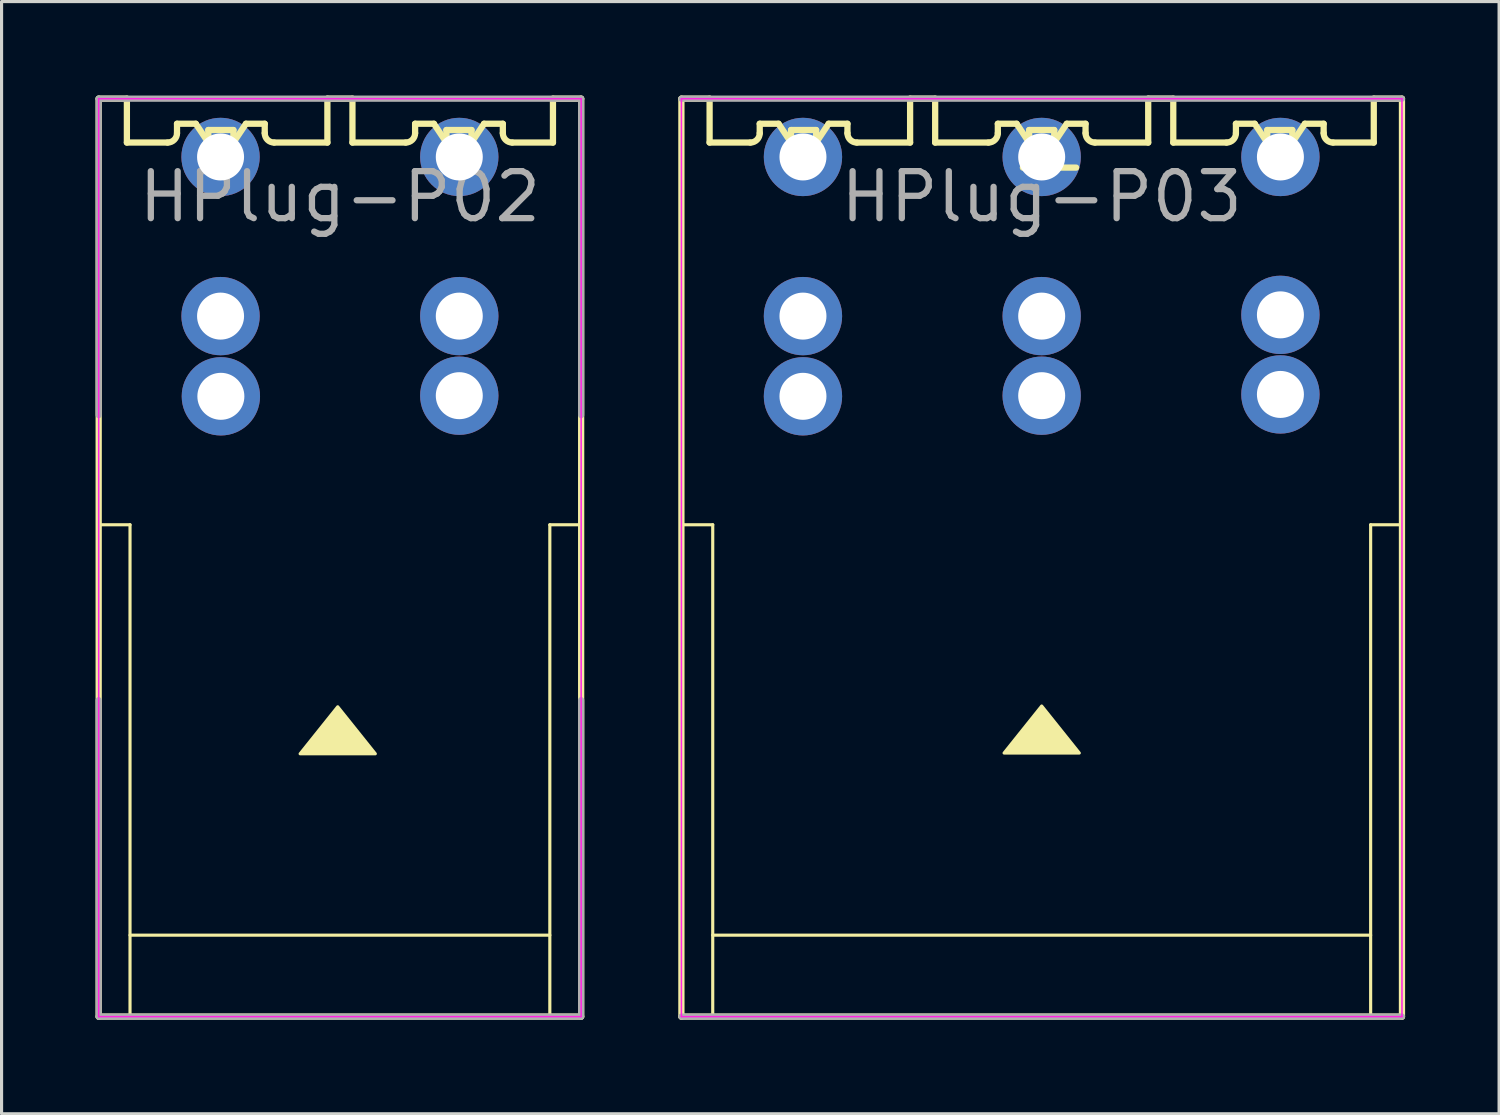
<source format=kicad_pcb>
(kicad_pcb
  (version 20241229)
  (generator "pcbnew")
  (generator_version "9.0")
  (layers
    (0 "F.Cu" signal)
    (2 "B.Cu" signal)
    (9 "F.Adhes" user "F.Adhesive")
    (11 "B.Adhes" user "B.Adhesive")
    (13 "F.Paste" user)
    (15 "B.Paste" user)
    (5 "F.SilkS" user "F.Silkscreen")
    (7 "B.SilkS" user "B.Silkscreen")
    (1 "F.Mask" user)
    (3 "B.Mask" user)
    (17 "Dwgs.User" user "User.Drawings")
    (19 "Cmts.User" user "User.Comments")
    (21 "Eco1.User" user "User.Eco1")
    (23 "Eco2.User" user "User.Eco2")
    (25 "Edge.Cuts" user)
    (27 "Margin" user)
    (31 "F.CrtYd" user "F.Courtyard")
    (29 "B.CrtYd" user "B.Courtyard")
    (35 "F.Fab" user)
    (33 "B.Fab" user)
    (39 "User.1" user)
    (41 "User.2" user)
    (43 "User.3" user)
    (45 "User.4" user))
  (footprint "HPlug-P02"
    (layer "F.Cu")
    (at 7.8 4.5)
    (property "Reference" "HPlug-P02" (at 0 -1.27 180) (layer "F.Fab") (effects (font (size 1.5 1.5) (thickness 0.2))))
    (attr through_hole)
    (fp_line (start -7.7 -4.4) (end -7.7 24.9) (stroke (width 0.2) (type solid)) (layer "F.SilkS"))
    (fp_line (start -7.7 -4.4) (end -6.8 -4.4) (stroke (width 0.2) (type solid)) (layer "F.SilkS"))
    (fp_line (start -7.7 9.2) (end -6.7 9.2) (stroke (width 0.1) (type solid)) (layer "F.SilkS"))
    (fp_line (start -7.7 24.9) (end 7.7 24.9) (stroke (width 0.2) (type solid)) (layer "F.SilkS"))
    (fp_line (start -6.8 -3) (end -6.8 -4.4) (stroke (width 0.2) (type solid)) (layer "F.SilkS"))
    (fp_line (start -6.7 9.2) (end -6.7 24.9) (stroke (width 0.1) (type solid)) (layer "F.SilkS"))
    (fp_line (start -6.7 22.3) (end 6.7 22.3) (stroke (width 0.1) (type solid)) (layer "F.SilkS"))
    (fp_line (start -5.5 -3) (end -6.8 -3) (stroke (width 0.2) (type solid)) (layer "F.SilkS"))
    (fp_line (start -5.2 -3.6) (end -5.2 -3.3) (stroke (width 0.2) (type solid)) (layer "F.SilkS"))
    (fp_line (start -5.2 -3.6) (end -4.6 -3.6) (stroke (width 0.2) (type solid)) (layer "F.SilkS"))
    (fp_line (start -4.2 -3.4) (end -4.2 -3) (stroke (width 0.2) (type solid)) (layer "F.SilkS"))
    (fp_line (start -4.2 -3.4) (end -3.4 -3.4) (stroke (width 0.2) (type solid)) (layer "F.SilkS"))
    (fp_line (start -4.2 -3) (end -4.6 -3.6) (stroke (width 0.2) (type solid)) (layer "F.SilkS"))
    (fp_line (start -3.4 -3.4) (end -3.4 -3) (stroke (width 0.2) (type solid)) (layer "F.SilkS"))
    (fp_line (start -3.4 -3) (end -3 -3.6) (stroke (width 0.2) (type solid)) (layer "F.SilkS"))
    (fp_line (start -3 -3.6) (end -2.4 -3.6) (stroke (width 0.2) (type solid)) (layer "F.SilkS"))
    (fp_line (start -2.4 -3.6) (end -2.4 -3.3) (stroke (width 0.2) (type solid)) (layer "F.SilkS"))
    (fp_line (start -0.4 -4.4) (end 0.4 -4.4) (stroke (width 0.2) (type solid)) (layer "F.SilkS"))
    (fp_line (start -0.4 -3) (end -2.1 -3) (stroke (width 0.2) (type solid)) (layer "F.SilkS"))
    (fp_line (start -0.4 -3) (end -0.4 -4.4) (stroke (width 0.2) (type solid)) (layer "F.SilkS"))
    (fp_line (start 0.4 -3) (end 0.4 -4.4) (stroke (width 0.2) (type solid)) (layer "F.SilkS"))
    (fp_line (start 2.1 -3) (end 0.4 -3) (stroke (width 0.2) (type solid)) (layer "F.SilkS"))
    (fp_line (start 2.4 -3.6) (end 3 -3.6) (stroke (width 0.2) (type solid)) (layer "F.SilkS"))
    (fp_line (start 2.4 -3.3) (end 2.4 -3.6) (stroke (width 0.2) (type solid)) (layer "F.SilkS"))
    (fp_line (start 3 -3.6) (end 3.4 -3) (stroke (width 0.2) (type solid)) (layer "F.SilkS"))
    (fp_line (start 3.4 -3.4) (end 4.2 -3.4) (stroke (width 0.2) (type solid)) (layer "F.SilkS"))
    (fp_line (start 3.4 -3) (end 3.4 -3.4) (stroke (width 0.2) (type solid)) (layer "F.SilkS"))
    (fp_line (start 4.2 -3) (end 4.2 -3.4) (stroke (width 0.2) (type solid)) (layer "F.SilkS"))
    (fp_line (start 4.6 -3.6) (end 4.2 -3) (stroke (width 0.2) (type solid)) (layer "F.SilkS"))
    (fp_line (start 4.6 -3.6) (end 5.2 -3.6) (stroke (width 0.2) (type solid)) (layer "F.SilkS"))
    (fp_line (start 5.2 -3.3) (end 5.2 -3.6) (stroke (width 0.2) (type solid)) (layer "F.SilkS"))
    (fp_line (start 6.7 9.2) (end 6.7 24.9) (stroke (width 0.1) (type solid)) (layer "F.SilkS"))
    (fp_line (start 6.7 9.2) (end 7.7 9.2) (stroke (width 0.1) (type solid)) (layer "F.SilkS"))
    (fp_line (start 6.8 -4.4) (end 6.8 -3) (stroke (width 0.2) (type solid)) (layer "F.SilkS"))
    (fp_line (start 6.8 -4.4) (end 7.7 -4.4) (stroke (width 0.2) (type solid)) (layer "F.SilkS"))
    (fp_line (start 6.8 -3) (end 5.5 -3) (stroke (width 0.2) (type solid)) (layer "F.SilkS"))
    (fp_line (start 7.7 -4.4) (end 7.7 24.9) (stroke (width 0.2) (type solid)) (layer "F.SilkS"))
    (fp_arc (start -5.2 -3.3) (mid -5.287868 -3.087868) (end -5.5 -3) (stroke (width 0.2) (type default)) (layer "F.SilkS"))
    (fp_arc (start -2.1 -3) (mid -2.312132 -3.087868) (end -2.4 -3.3) (stroke (width 0.2) (type default)) (layer "F.SilkS"))
    (fp_arc (start 2.4 -3.3) (mid 2.312132 -3.087868) (end 2.1 -3) (stroke (width 0.2) (type default)) (layer "F.SilkS"))
    (fp_arc (start 5.5 -3) (mid 5.287868 -3.087868) (end 5.2 -3.3) (stroke (width 0.2) (type default)) (layer "F.SilkS"))
    (fp_poly (pts (xy 1.13 16.51) (xy -1.27 16.51) (xy -0.07 15.01)) (stroke (width 0.1) (type solid)) (fill yes) (layer "F.SilkS"))
    (fp_line (start -7.7 -4.4) (end -7.7 24.9) (stroke (width 0.05) (type solid)) (layer "F.CrtYd"))
    (fp_line (start 7.7 -4.4) (end -7.7 -4.4) (stroke (width 0.05) (type solid)) (layer "F.CrtYd"))
    (fp_line (start 7.7 -4.4) (end 7.7 24.9) (stroke (width 0.05) (type solid)) (layer "F.CrtYd"))
    (fp_line (start 7.7 24.9) (end -7.7 24.9) (stroke (width 0.05) (type solid)) (layer "F.CrtYd"))
    (fp_line (start -7.7 5.7) (end -7.7 -4.4) (stroke (width 0.2) (type solid)) (layer "F.Fab"))
    (fp_line (start -7.7 24.9) (end -7.7 14.8) (stroke (width 0.2) (type solid)) (layer "F.Fab"))
    (fp_line (start 7.7 -4.4) (end -7.7 -4.4) (stroke (width 0.2) (type solid)) (layer "F.Fab"))
    (fp_line (start 7.7 5.7) (end 7.7 -4.4) (stroke (width 0.2) (type solid)) (layer "F.Fab"))
    (fp_line (start 7.7 14.8) (end 7.7 24.9) (stroke (width 0.2) (type solid)) (layer "F.Fab"))
    (fp_line (start 7.7 24.9) (end -7.7 24.9) (stroke (width 0.2) (type solid)) (layer "F.Fab"))
    (pad "1" thru_hole circle (at -3.81 -2.54) (size 2.5 2.5) (drill 1.5) (layers "*.Cu" "*.Mask"))
    (pad "1" thru_hole circle (at -3.81 2.54) (size 2.5 2.5) (drill 1.5) (layers "*.Cu" "*.Mask"))
    (pad "1" thru_hole circle (at -3.8 5.1) (size 2.5 2.5) (drill 1.5) (layers "*.Cu" "*.Mask"))
    (pad "2" thru_hole circle (at 3.81 -2.54) (size 2.5 2.5) (drill 1.5) (layers "*.Cu" "*.Mask"))
    (pad "2" thru_hole circle (at 3.81 2.54) (size 2.5 2.5) (drill 1.5) (layers "*.Cu" "*.Mask"))
    (pad "2" thru_hole circle (at 3.81 5.08) (size 2.5 2.5) (drill 1.5) (layers "*.Cu" "*.Mask")))
  (footprint "HPlug-P03"
    (layer "F.Cu")
    (at 30.2 4.5)
    (property "Reference" "HPlug-P03" (at 0 -1.27 180) (layer "F.Fab") (effects (font (size 1.5 1.5) (thickness 0.2))))
    (attr through_hole)
    (fp_line (start -11.5 -4.4) (end -11.5 24.9) (stroke (width 0.2) (type solid)) (layer "F.SilkS"))
    (fp_line (start -11.5 -4.4) (end -10.6 -4.4) (stroke (width 0.2) (type solid)) (layer "F.SilkS"))
    (fp_line (start -11.5 9.2) (end -10.5 9.2) (stroke (width 0.1) (type solid)) (layer "F.SilkS"))
    (fp_line (start -11.5 24.9) (end 11.5 24.9) (stroke (width 0.2) (type solid)) (layer "F.SilkS"))
    (fp_line (start -10.6 -3) (end -10.6 -4.4) (stroke (width 0.2) (type solid)) (layer "F.SilkS"))
    (fp_line (start -10.5 9.2) (end -10.5 24.9) (stroke (width 0.1) (type solid)) (layer "F.SilkS"))
    (fp_line (start -10.5 22.3) (end 10.5 22.3) (stroke (width 0.1) (type solid)) (layer "F.SilkS"))
    (fp_line (start -9.3 -3) (end -10.6 -3) (stroke (width 0.2) (type solid)) (layer "F.SilkS"))
    (fp_line (start -9 -3.6) (end -9 -3.3) (stroke (width 0.2) (type solid)) (layer "F.SilkS"))
    (fp_line (start -9 -3.6) (end -8.4 -3.6) (stroke (width 0.2) (type solid)) (layer "F.SilkS"))
    (fp_line (start -8 -3.4) (end -8 -3) (stroke (width 0.2) (type solid)) (layer "F.SilkS"))
    (fp_line (start -8 -3.4) (end -7.2 -3.4) (stroke (width 0.2) (type solid)) (layer "F.SilkS"))
    (fp_line (start -8 -3) (end -8.4 -3.6) (stroke (width 0.2) (type solid)) (layer "F.SilkS"))
    (fp_line (start -7.2 -3.4) (end -7.2 -3) (stroke (width 0.2) (type solid)) (layer "F.SilkS"))
    (fp_line (start -7.2 -3) (end -6.8 -3.6) (stroke (width 0.2) (type solid)) (layer "F.SilkS"))
    (fp_line (start -6.8 -3.6) (end -6.2 -3.6) (stroke (width 0.2) (type solid)) (layer "F.SilkS"))
    (fp_line (start -6.2 -3.6) (end -6.2 -3.3) (stroke (width 0.2) (type solid)) (layer "F.SilkS"))
    (fp_line (start -4.2 -4.4) (end -3.4 -4.4) (stroke (width 0.2) (type solid)) (layer "F.SilkS"))
    (fp_line (start -4.2 -3) (end -5.9 -3) (stroke (width 0.2) (type solid)) (layer "F.SilkS"))
    (fp_line (start -4.2 -3) (end -4.2 -4.4) (stroke (width 0.2) (type solid)) (layer "F.SilkS"))
    (fp_line (start -3.4 -3) (end -3.4 -4.4) (stroke (width 0.2) (type solid)) (layer "F.SilkS"))
    (fp_line (start -1.7 -3) (end -3.4 -3) (stroke (width 0.2) (type solid)) (layer "F.SilkS"))
    (fp_line (start -1.4 -3.6) (end -0.8 -3.6) (stroke (width 0.2) (type solid)) (layer "F.SilkS"))
    (fp_line (start -1.4 -3.3) (end -1.4 -3.6) (stroke (width 0.2) (type solid)) (layer "F.SilkS"))
    (fp_line (start -0.8 -3.6) (end -0.4 -3) (stroke (width 0.2) (type solid)) (layer "F.SilkS"))
    (fp_line (start -0.4 -3.4) (end 0.4 -3.4) (stroke (width 0.2) (type solid)) (layer "F.SilkS"))
    (fp_line (start -0.4 -3) (end -0.4 -3.4) (stroke (width 0.2) (type solid)) (layer "F.SilkS"))
    (fp_line (start 0.4 -3) (end 0.4 -3.4) (stroke (width 0.2) (type solid)) (layer "F.SilkS"))
    (fp_line (start 0.8 -3.6) (end 0.4 -3) (stroke (width 0.2) (type solid)) (layer "F.SilkS"))
    (fp_line (start 0.8 -3.6) (end 1.4 -3.6) (stroke (width 0.2) (type solid)) (layer "F.SilkS"))
    (fp_line (start 1.1 -2.2) (end -0.6 -2.2) (stroke (width 0.2) (type solid)) (layer "F.SilkS"))
    (fp_line (start 1.4 -3.3) (end 1.4 -3.6) (stroke (width 0.2) (type solid)) (layer "F.SilkS"))
    (fp_line (start 3.4 -3) (end 1.7 -3) (stroke (width 0.2) (type solid)) (layer "F.SilkS"))
    (fp_line (start 3.4 -3) (end 3.4 -4.4) (stroke (width 0.2) (type solid)) (layer "F.SilkS"))
    (fp_line (start 4.2 -4.4) (end 3.4 -4.4) (stroke (width 0.2) (type solid)) (layer "F.SilkS"))
    (fp_line (start 4.2 -3) (end 4.2 -4.4) (stroke (width 0.2) (type solid)) (layer "F.SilkS"))
    (fp_line (start 5.9 -3) (end 4.2 -3) (stroke (width 0.2) (type solid)) (layer "F.SilkS"))
    (fp_line (start 6.2 -3.6) (end 6.8 -3.6) (stroke (width 0.2) (type solid)) (layer "F.SilkS"))
    (fp_line (start 6.2 -3.3) (end 6.2 -3.6) (stroke (width 0.2) (type solid)) (layer "F.SilkS"))
    (fp_line (start 6.8 -3.6) (end 7.2 -3) (stroke (width 0.2) (type solid)) (layer "F.SilkS"))
    (fp_line (start 7.2 -3.4) (end 8 -3.4) (stroke (width 0.2) (type solid)) (layer "F.SilkS"))
    (fp_line (start 7.2 -3) (end 7.2 -3.4) (stroke (width 0.2) (type solid)) (layer "F.SilkS"))
    (fp_line (start 8 -3) (end 8 -3.4) (stroke (width 0.2) (type solid)) (layer "F.SilkS"))
    (fp_line (start 8.4 -3.6) (end 8 -3) (stroke (width 0.2) (type solid)) (layer "F.SilkS"))
    (fp_line (start 8.4 -3.6) (end 9 -3.6) (stroke (width 0.2) (type solid)) (layer "F.SilkS"))
    (fp_line (start 9 -3.3) (end 9 -3.6) (stroke (width 0.2) (type solid)) (layer "F.SilkS"))
    (fp_line (start 10.5 9.2) (end 10.5 24.9) (stroke (width 0.1) (type solid)) (layer "F.SilkS"))
    (fp_line (start 10.5 9.2) (end 11.5 9.2) (stroke (width 0.1) (type solid)) (layer "F.SilkS"))
    (fp_line (start 10.6 -4.4) (end 10.6 -3) (stroke (width 0.2) (type solid)) (layer "F.SilkS"))
    (fp_line (start 10.6 -4.4) (end 11.5 -4.4) (stroke (width 0.2) (type solid)) (layer "F.SilkS"))
    (fp_line (start 10.6 -3) (end 9.3 -3) (stroke (width 0.2) (type solid)) (layer "F.SilkS"))
    (fp_line (start 11.5 -4.4) (end 11.5 24.9) (stroke (width 0.2) (type solid)) (layer "F.SilkS"))
    (fp_arc (start -9 -3.3) (mid -9.087868 -3.087868) (end -9.3 -3) (stroke (width 0.2) (type default)) (layer "F.SilkS"))
    (fp_arc (start -5.9 -3) (mid -6.112132 -3.087868) (end -6.2 -3.3) (stroke (width 0.2) (type default)) (layer "F.SilkS"))
    (fp_arc (start -1.4 -3.3) (mid -1.487868 -3.087868) (end -1.7 -3) (stroke (width 0.2) (type default)) (layer "F.SilkS"))
    (fp_arc (start 1.7 -3) (mid 1.487868 -3.087868) (end 1.4 -3.3) (stroke (width 0.2) (type default)) (layer "F.SilkS"))
    (fp_arc (start 6.2 -3.3) (mid 6.112132 -3.087868) (end 5.9 -3) (stroke (width 0.2) (type default)) (layer "F.SilkS"))
    (fp_arc (start 9.3 -3) (mid 9.087868 -3.087868) (end 9 -3.3) (stroke (width 0.2) (type default)) (layer "F.SilkS"))
    (fp_poly (pts (xy 1.2 16.486) (xy -1.2 16.486) (xy 0 14.986)) (stroke (width 0.1) (type solid)) (fill yes) (layer "F.SilkS"))
    (fp_line (start -11.5 -4.4) (end -11.5 24.9) (stroke (width 0.05) (type solid)) (layer "F.CrtYd"))
    (fp_line (start 11.5 -4.4) (end -11.5 -4.4) (stroke (width 0.05) (type solid)) (layer "F.CrtYd"))
    (fp_line (start 11.5 -4.4) (end 11.5 24.9) (stroke (width 0.05) (type solid)) (layer "F.CrtYd"))
    (fp_line (start 11.5 24.9) (end -11.5 24.9) (stroke (width 0.05) (type solid)) (layer "F.CrtYd"))
    (fp_line (start 11.5 -4.4) (end -11.5 -4.4) (stroke (width 0.2) (type solid)) (layer "F.Fab"))
    (fp_line (start 11.5 24.9) (end -11.5 24.9) (stroke (width 0.2) (type solid)) (layer "F.Fab"))
    (pad "1" thru_hole circle (at -7.62 -2.54) (size 2.5 2.5) (drill 1.5) (layers "*.Cu" "*.Mask"))
    (pad "1" thru_hole circle (at -7.62 2.54) (size 2.5 2.5) (drill 1.5) (layers "*.Cu" "*.Mask"))
    (pad "1" thru_hole circle (at -7.62 5.1) (size 2.5 2.5) (drill 1.5) (layers "*.Cu" "*.Mask"))
    (pad "2" thru_hole circle (at 0 -2.54) (size 2.5 2.5) (drill 1.5) (layers "*.Cu" "*.Mask"))
    (pad "2" thru_hole circle (at 0 2.54) (size 2.5 2.5) (drill 1.5) (layers "*.Cu" "*.Mask"))
    (pad "2" thru_hole circle (at 0 5.08) (size 2.5 2.5) (drill 1.5) (layers "*.Cu" "*.Mask"))
    (pad "3" thru_hole circle (at 7.62 -2.54) (size 2.5 2.5) (drill 1.5) (layers "*.Cu" "*.Mask"))
    (pad "3" thru_hole circle (at 7.62 2.5) (size 2.5 2.5) (drill 1.5) (layers "*.Cu" "*.Mask"))
    (pad "3" thru_hole circle (at 7.62 5.04) (size 2.5 2.5) (drill 1.5) (layers "*.Cu" "*.Mask")))
  (gr_rect
    (start -3 -3)
    (end 44.8 32.5)
    (stroke (width 0.1) (type default))
    (fill no)
    (layer "Edge.Cuts")))
</source>
